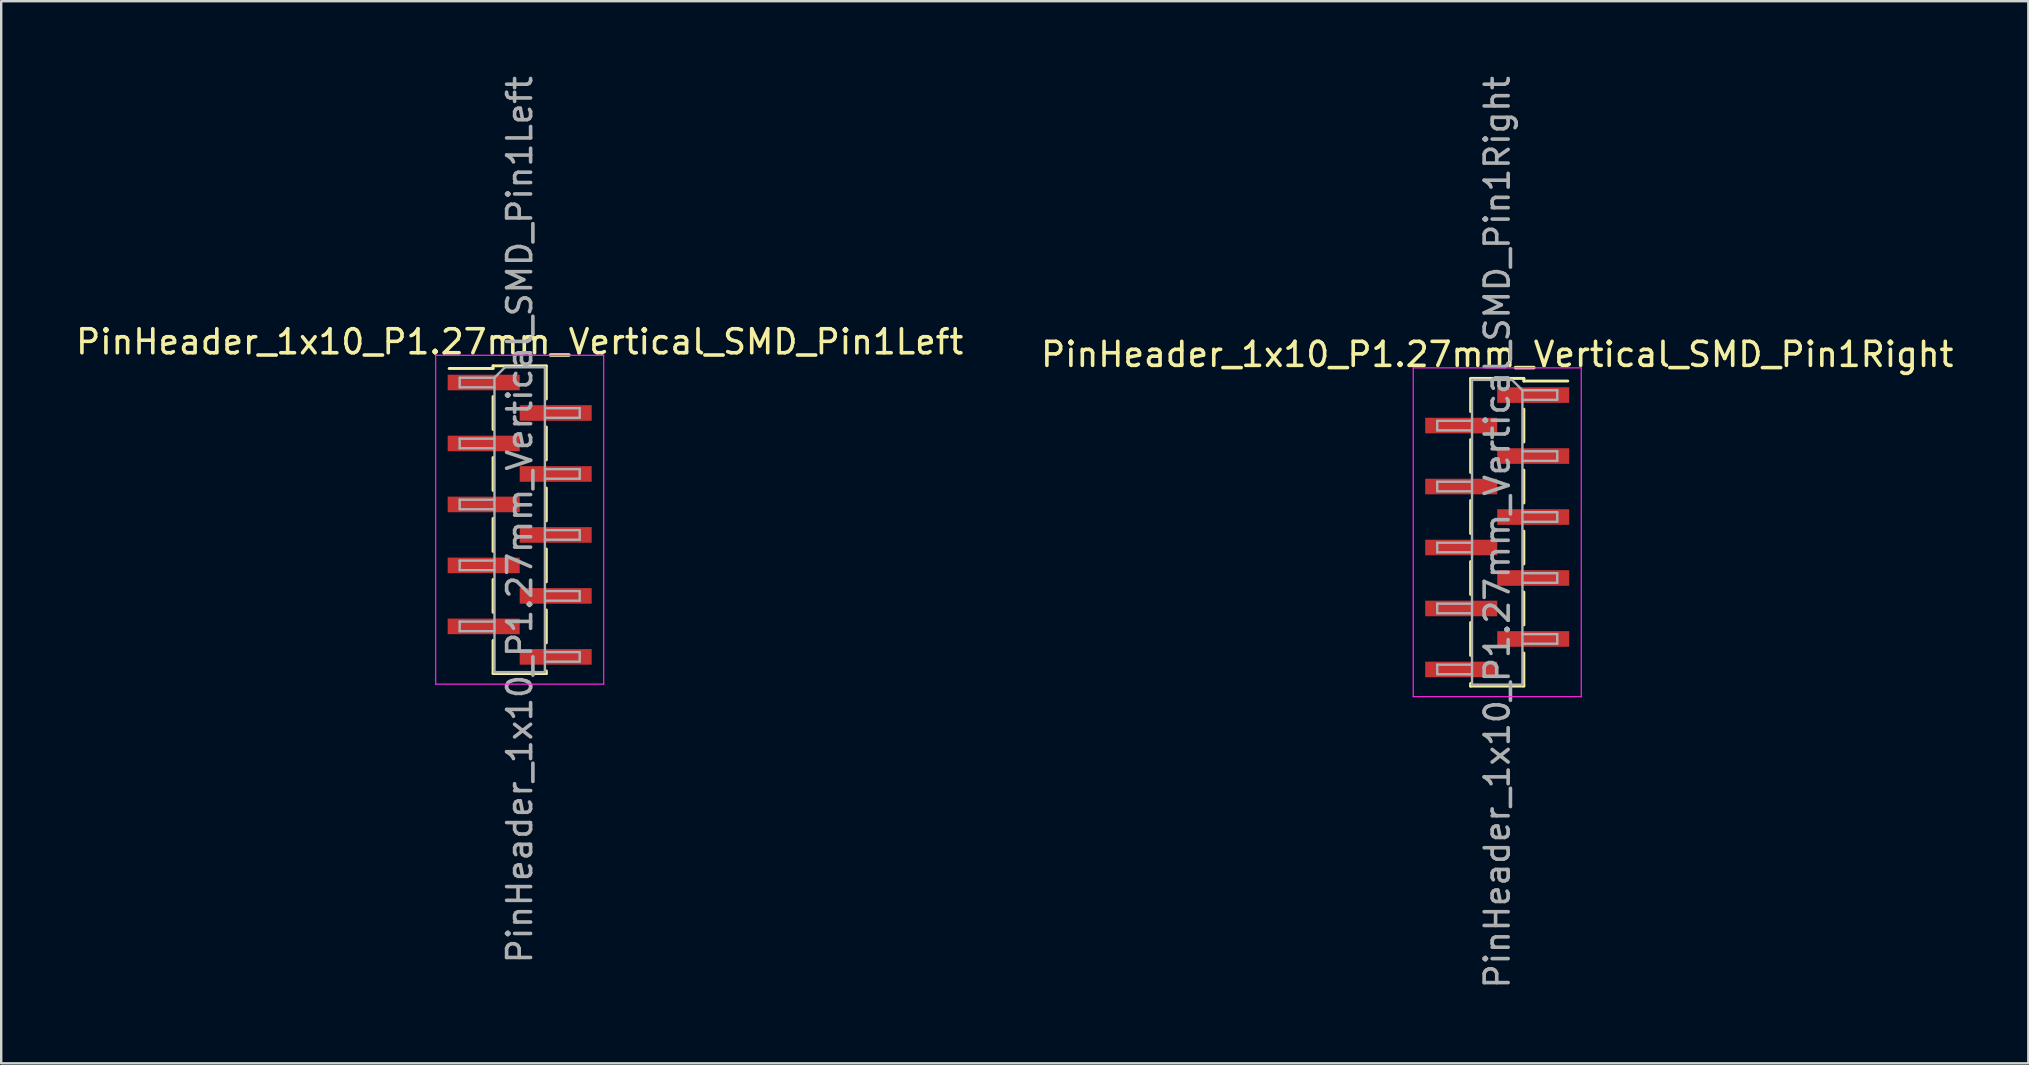
<source format=kicad_pcb>
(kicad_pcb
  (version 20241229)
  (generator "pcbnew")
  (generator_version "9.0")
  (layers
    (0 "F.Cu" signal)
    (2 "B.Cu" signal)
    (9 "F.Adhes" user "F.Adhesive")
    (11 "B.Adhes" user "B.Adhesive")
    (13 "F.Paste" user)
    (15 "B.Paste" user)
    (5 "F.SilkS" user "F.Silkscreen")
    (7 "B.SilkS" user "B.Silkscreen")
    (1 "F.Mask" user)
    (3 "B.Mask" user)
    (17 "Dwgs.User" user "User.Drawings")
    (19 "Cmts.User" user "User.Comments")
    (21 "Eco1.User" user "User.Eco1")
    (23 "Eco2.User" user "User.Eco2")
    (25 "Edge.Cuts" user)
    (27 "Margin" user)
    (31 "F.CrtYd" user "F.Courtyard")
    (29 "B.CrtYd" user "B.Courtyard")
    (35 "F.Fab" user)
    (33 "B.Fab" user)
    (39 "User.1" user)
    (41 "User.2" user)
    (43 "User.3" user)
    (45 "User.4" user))
  (footprint "PinHeader_1x10_P1.27mm_Vertical_SMD_Pin1Left"
    (layer "F.Cu")
    (at 18.601 18.601)
    (property "Reference" "PinHeader_1x10_P1.27mm_Vertical_SMD_Pin1Left" (at 0 -7.41 0) (layer "F.SilkS") (effects (font (size 1 1) (thickness 0.15))))
    (attr smd)
    (fp_line (start -1.11 -6.41) (end -1.11 -6.3) (stroke (width 0.12) (type solid)) (layer "F.SilkS"))
    (fp_line (start -1.11 -6.41) (end 1.11 -6.41) (stroke (width 0.12) (type solid)) (layer "F.SilkS"))
    (fp_line (start -1.11 -6.3) (end -2.94 -6.3) (stroke (width 0.12) (type solid)) (layer "F.SilkS"))
    (fp_line (start -1.11 -5.13) (end -1.11 -3.76) (stroke (width 0.12) (type solid)) (layer "F.SilkS"))
    (fp_line (start -1.11 -2.59) (end -1.11 -1.22) (stroke (width 0.12) (type solid)) (layer "F.SilkS"))
    (fp_line (start -1.11 -0.05) (end -1.11 1.32) (stroke (width 0.12) (type solid)) (layer "F.SilkS"))
    (fp_line (start -1.11 2.49) (end -1.11 3.86) (stroke (width 0.12) (type solid)) (layer "F.SilkS"))
    (fp_line (start -1.11 5.03) (end -1.11 6.4) (stroke (width 0.12) (type solid)) (layer "F.SilkS"))
    (fp_line (start -1.11 6.41) (end 1.11 6.41) (stroke (width 0.12) (type solid)) (layer "F.SilkS"))
    (fp_line (start 1.11 -6.4) (end 1.11 -5.03) (stroke (width 0.12) (type solid)) (layer "F.SilkS"))
    (fp_line (start 1.11 -3.86) (end 1.11 -2.49) (stroke (width 0.12) (type solid)) (layer "F.SilkS"))
    (fp_line (start 1.11 -1.32) (end 1.11 0.05) (stroke (width 0.12) (type solid)) (layer "F.SilkS"))
    (fp_line (start 1.11 1.22) (end 1.11 2.59) (stroke (width 0.12) (type solid)) (layer "F.SilkS"))
    (fp_line (start 1.11 3.76) (end 1.11 5.13) (stroke (width 0.12) (type solid)) (layer "F.SilkS"))
    (fp_line (start 1.11 6.3) (end 1.11 6.41) (stroke (width 0.12) (type solid)) (layer "F.SilkS"))
    (fp_line (start -3.5 -6.85) (end -3.5 6.85) (stroke (width 0.05) (type solid)) (layer "F.CrtYd"))
    (fp_line (start -3.5 6.85) (end 3.5 6.85) (stroke (width 0.05) (type solid)) (layer "F.CrtYd"))
    (fp_line (start 3.5 -6.85) (end -3.5 -6.85) (stroke (width 0.05) (type solid)) (layer "F.CrtYd"))
    (fp_line (start 3.5 6.85) (end 3.5 -6.85) (stroke (width 0.05) (type solid)) (layer "F.CrtYd"))
    (fp_line (start -2.5 -5.915) (end -2.5 -5.515) (stroke (width 0.1) (type solid)) (layer "F.Fab"))
    (fp_line (start -2.5 -5.515) (end -1.05 -5.515) (stroke (width 0.1) (type solid)) (layer "F.Fab"))
    (fp_line (start -2.5 -3.375) (end -2.5 -2.975) (stroke (width 0.1) (type solid)) (layer "F.Fab"))
    (fp_line (start -2.5 -2.975) (end -1.05 -2.975) (stroke (width 0.1) (type solid)) (layer "F.Fab"))
    (fp_line (start -2.5 -0.835) (end -2.5 -0.435) (stroke (width 0.1) (type solid)) (layer "F.Fab"))
    (fp_line (start -2.5 -0.435) (end -1.05 -0.435) (stroke (width 0.1) (type solid)) (layer "F.Fab"))
    (fp_line (start -2.5 1.705) (end -2.5 2.105) (stroke (width 0.1) (type solid)) (layer "F.Fab"))
    (fp_line (start -2.5 2.105) (end -1.05 2.105) (stroke (width 0.1) (type solid)) (layer "F.Fab"))
    (fp_line (start -2.5 4.245) (end -2.5 4.645) (stroke (width 0.1) (type solid)) (layer "F.Fab"))
    (fp_line (start -2.5 4.645) (end -1.05 4.645) (stroke (width 0.1) (type solid)) (layer "F.Fab"))
    (fp_line (start -1.05 -5.915) (end -2.5 -5.915) (stroke (width 0.1) (type solid)) (layer "F.Fab"))
    (fp_line (start -1.05 -5.915) (end -0.615 -6.35) (stroke (width 0.1) (type solid)) (layer "F.Fab"))
    (fp_line (start -1.05 -3.375) (end -2.5 -3.375) (stroke (width 0.1) (type solid)) (layer "F.Fab"))
    (fp_line (start -1.05 -0.835) (end -2.5 -0.835) (stroke (width 0.1) (type solid)) (layer "F.Fab"))
    (fp_line (start -1.05 1.705) (end -2.5 1.705) (stroke (width 0.1) (type solid)) (layer "F.Fab"))
    (fp_line (start -1.05 4.245) (end -2.5 4.245) (stroke (width 0.1) (type solid)) (layer "F.Fab"))
    (fp_line (start -1.05 6.35) (end -1.05 -5.915) (stroke (width 0.1) (type solid)) (layer "F.Fab"))
    (fp_line (start -0.615 -6.35) (end 1.05 -6.35) (stroke (width 0.1) (type solid)) (layer "F.Fab"))
    (fp_line (start 1.05 -6.35) (end 1.05 6.35) (stroke (width 0.1) (type solid)) (layer "F.Fab"))
    (fp_line (start 1.05 -4.645) (end 2.5 -4.645) (stroke (width 0.1) (type solid)) (layer "F.Fab"))
    (fp_line (start 1.05 -2.105) (end 2.5 -2.105) (stroke (width 0.1) (type solid)) (layer "F.Fab"))
    (fp_line (start 1.05 0.435) (end 2.5 0.435) (stroke (width 0.1) (type solid)) (layer "F.Fab"))
    (fp_line (start 1.05 2.975) (end 2.5 2.975) (stroke (width 0.1) (type solid)) (layer "F.Fab"))
    (fp_line (start 1.05 5.515) (end 2.5 5.515) (stroke (width 0.1) (type solid)) (layer "F.Fab"))
    (fp_line (start 1.05 6.35) (end -1.05 6.35) (stroke (width 0.1) (type solid)) (layer "F.Fab"))
    (fp_line (start 2.5 -4.645) (end 2.5 -4.245) (stroke (width 0.1) (type solid)) (layer "F.Fab"))
    (fp_line (start 2.5 -4.245) (end 1.05 -4.245) (stroke (width 0.1) (type solid)) (layer "F.Fab"))
    (fp_line (start 2.5 -2.105) (end 2.5 -1.705) (stroke (width 0.1) (type solid)) (layer "F.Fab"))
    (fp_line (start 2.5 -1.705) (end 1.05 -1.705) (stroke (width 0.1) (type solid)) (layer "F.Fab"))
    (fp_line (start 2.5 0.435) (end 2.5 0.835) (stroke (width 0.1) (type solid)) (layer "F.Fab"))
    (fp_line (start 2.5 0.835) (end 1.05 0.835) (stroke (width 0.1) (type solid)) (layer "F.Fab"))
    (fp_line (start 2.5 2.975) (end 2.5 3.375) (stroke (width 0.1) (type solid)) (layer "F.Fab"))
    (fp_line (start 2.5 3.375) (end 1.05 3.375) (stroke (width 0.1) (type solid)) (layer "F.Fab"))
    (fp_line (start 2.5 5.515) (end 2.5 5.915) (stroke (width 0.1) (type solid)) (layer "F.Fab"))
    (fp_line (start 2.5 5.915) (end 1.05 5.915) (stroke (width 0.1) (type solid)) (layer "F.Fab"))
    (fp_text user "${REFERENCE}" (at 0 0 90) (layer "F.Fab") (effects (font (size 1 1) (thickness 0.15))))
    (pad "1" smd rect (at -1.5 -5.715) (size 3 0.65) (layers "F.Cu" "F.Mask" "F.Paste"))
    (pad "2" smd rect (at 1.5 -4.445) (size 3 0.65) (layers "F.Cu" "F.Mask" "F.Paste"))
    (pad "3" smd rect (at -1.5 -3.175) (size 3 0.65) (layers "F.Cu" "F.Mask" "F.Paste"))
    (pad "4" smd rect (at 1.5 -1.905) (size 3 0.65) (layers "F.Cu" "F.Mask" "F.Paste"))
    (pad "5" smd rect (at -1.5 -0.635) (size 3 0.65) (layers "F.Cu" "F.Mask" "F.Paste"))
    (pad "6" smd rect (at 1.5 0.635) (size 3 0.65) (layers "F.Cu" "F.Mask" "F.Paste"))
    (pad "7" smd rect (at -1.5 1.905) (size 3 0.65) (layers "F.Cu" "F.Mask" "F.Paste"))
    (pad "8" smd rect (at 1.5 3.175) (size 3 0.65) (layers "F.Cu" "F.Mask" "F.Paste"))
    (pad "9" smd rect (at -1.5 4.445) (size 3 0.65) (layers "F.Cu" "F.Mask" "F.Paste"))
    (pad "10" smd rect (at 1.5 5.715) (size 3 0.65) (layers "F.Cu" "F.Mask" "F.Paste")))
  (footprint "PinHeader_1x10_P1.27mm_Vertical_SMD_Pin1Right"
    (layer "F.Cu")
    (at 59.327 19.125)
    (property "Reference" "PinHeader_1x10_P1.27mm_Vertical_SMD_Pin1Right" (at 0 -7.41 0) (layer "F.SilkS") (effects (font (size 1 1) (thickness 0.15))))
    (attr smd)
    (fp_line (start -1.11 -6.41) (end 1.11 -6.41) (stroke (width 0.12) (type solid)) (layer "F.SilkS"))
    (fp_line (start -1.11 -6.4) (end -1.11 -5.03) (stroke (width 0.12) (type solid)) (layer "F.SilkS"))
    (fp_line (start -1.11 -3.86) (end -1.11 -2.49) (stroke (width 0.12) (type solid)) (layer "F.SilkS"))
    (fp_line (start -1.11 -1.32) (end -1.11 0.05) (stroke (width 0.12) (type solid)) (layer "F.SilkS"))
    (fp_line (start -1.11 1.22) (end -1.11 2.59) (stroke (width 0.12) (type solid)) (layer "F.SilkS"))
    (fp_line (start -1.11 3.76) (end -1.11 5.13) (stroke (width 0.12) (type solid)) (layer "F.SilkS"))
    (fp_line (start -1.11 6.3) (end -1.11 6.41) (stroke (width 0.12) (type solid)) (layer "F.SilkS"))
    (fp_line (start -1.11 6.41) (end 1.11 6.41) (stroke (width 0.12) (type solid)) (layer "F.SilkS"))
    (fp_line (start 1.11 -6.41) (end 1.11 -6.3) (stroke (width 0.12) (type solid)) (layer "F.SilkS"))
    (fp_line (start 1.11 -6.3) (end 2.94 -6.3) (stroke (width 0.12) (type solid)) (layer "F.SilkS"))
    (fp_line (start 1.11 -5.13) (end 1.11 -3.76) (stroke (width 0.12) (type solid)) (layer "F.SilkS"))
    (fp_line (start 1.11 -2.59) (end 1.11 -1.22) (stroke (width 0.12) (type solid)) (layer "F.SilkS"))
    (fp_line (start 1.11 -0.05) (end 1.11 1.32) (stroke (width 0.12) (type solid)) (layer "F.SilkS"))
    (fp_line (start 1.11 2.49) (end 1.11 3.86) (stroke (width 0.12) (type solid)) (layer "F.SilkS"))
    (fp_line (start 1.11 5.03) (end 1.11 6.4) (stroke (width 0.12) (type solid)) (layer "F.SilkS"))
    (fp_line (start -3.5 -6.85) (end -3.5 6.85) (stroke (width 0.05) (type solid)) (layer "F.CrtYd"))
    (fp_line (start -3.5 6.85) (end 3.5 6.85) (stroke (width 0.05) (type solid)) (layer "F.CrtYd"))
    (fp_line (start 3.5 -6.85) (end -3.5 -6.85) (stroke (width 0.05) (type solid)) (layer "F.CrtYd"))
    (fp_line (start 3.5 6.85) (end 3.5 -6.85) (stroke (width 0.05) (type solid)) (layer "F.CrtYd"))
    (fp_line (start -2.5 -4.645) (end -2.5 -4.245) (stroke (width 0.1) (type solid)) (layer "F.Fab"))
    (fp_line (start -2.5 -4.245) (end -1.05 -4.245) (stroke (width 0.1) (type solid)) (layer "F.Fab"))
    (fp_line (start -2.5 -2.105) (end -2.5 -1.705) (stroke (width 0.1) (type solid)) (layer "F.Fab"))
    (fp_line (start -2.5 -1.705) (end -1.05 -1.705) (stroke (width 0.1) (type solid)) (layer "F.Fab"))
    (fp_line (start -2.5 0.435) (end -2.5 0.835) (stroke (width 0.1) (type solid)) (layer "F.Fab"))
    (fp_line (start -2.5 0.835) (end -1.05 0.835) (stroke (width 0.1) (type solid)) (layer "F.Fab"))
    (fp_line (start -2.5 2.975) (end -2.5 3.375) (stroke (width 0.1) (type solid)) (layer "F.Fab"))
    (fp_line (start -2.5 3.375) (end -1.05 3.375) (stroke (width 0.1) (type solid)) (layer "F.Fab"))
    (fp_line (start -2.5 5.515) (end -2.5 5.915) (stroke (width 0.1) (type solid)) (layer "F.Fab"))
    (fp_line (start -2.5 5.915) (end -1.05 5.915) (stroke (width 0.1) (type solid)) (layer "F.Fab"))
    (fp_line (start -1.05 -6.35) (end -1.05 6.35) (stroke (width 0.1) (type solid)) (layer "F.Fab"))
    (fp_line (start -1.05 -6.35) (end 0.615 -6.35) (stroke (width 0.1) (type solid)) (layer "F.Fab"))
    (fp_line (start -1.05 -4.645) (end -2.5 -4.645) (stroke (width 0.1) (type solid)) (layer "F.Fab"))
    (fp_line (start -1.05 -2.105) (end -2.5 -2.105) (stroke (width 0.1) (type solid)) (layer "F.Fab"))
    (fp_line (start -1.05 0.435) (end -2.5 0.435) (stroke (width 0.1) (type solid)) (layer "F.Fab"))
    (fp_line (start -1.05 2.975) (end -2.5 2.975) (stroke (width 0.1) (type solid)) (layer "F.Fab"))
    (fp_line (start -1.05 5.515) (end -2.5 5.515) (stroke (width 0.1) (type solid)) (layer "F.Fab"))
    (fp_line (start 1.05 -5.915) (end 0.615 -6.35) (stroke (width 0.1) (type solid)) (layer "F.Fab"))
    (fp_line (start 1.05 -5.915) (end 2.5 -5.915) (stroke (width 0.1) (type solid)) (layer "F.Fab"))
    (fp_line (start 1.05 -3.375) (end 2.5 -3.375) (stroke (width 0.1) (type solid)) (layer "F.Fab"))
    (fp_line (start 1.05 -0.835) (end 2.5 -0.835) (stroke (width 0.1) (type solid)) (layer "F.Fab"))
    (fp_line (start 1.05 1.705) (end 2.5 1.705) (stroke (width 0.1) (type solid)) (layer "F.Fab"))
    (fp_line (start 1.05 4.245) (end 2.5 4.245) (stroke (width 0.1) (type solid)) (layer "F.Fab"))
    (fp_line (start 1.05 6.35) (end -1.05 6.35) (stroke (width 0.1) (type solid)) (layer "F.Fab"))
    (fp_line (start 1.05 6.35) (end 1.05 -5.915) (stroke (width 0.1) (type solid)) (layer "F.Fab"))
    (fp_line (start 2.5 -5.915) (end 2.5 -5.515) (stroke (width 0.1) (type solid)) (layer "F.Fab"))
    (fp_line (start 2.5 -5.515) (end 1.05 -5.515) (stroke (width 0.1) (type solid)) (layer "F.Fab"))
    (fp_line (start 2.5 -3.375) (end 2.5 -2.975) (stroke (width 0.1) (type solid)) (layer "F.Fab"))
    (fp_line (start 2.5 -2.975) (end 1.05 -2.975) (stroke (width 0.1) (type solid)) (layer "F.Fab"))
    (fp_line (start 2.5 -0.835) (end 2.5 -0.435) (stroke (width 0.1) (type solid)) (layer "F.Fab"))
    (fp_line (start 2.5 -0.435) (end 1.05 -0.435) (stroke (width 0.1) (type solid)) (layer "F.Fab"))
    (fp_line (start 2.5 1.705) (end 2.5 2.105) (stroke (width 0.1) (type solid)) (layer "F.Fab"))
    (fp_line (start 2.5 2.105) (end 1.05 2.105) (stroke (width 0.1) (type solid)) (layer "F.Fab"))
    (fp_line (start 2.5 4.245) (end 2.5 4.645) (stroke (width 0.1) (type solid)) (layer "F.Fab"))
    (fp_line (start 2.5 4.645) (end 1.05 4.645) (stroke (width 0.1) (type solid)) (layer "F.Fab"))
    (fp_text user "${REFERENCE}" (at 0 0 90) (layer "F.Fab") (effects (font (size 1 1) (thickness 0.15))))
    (pad "1" smd rect (at 1.5 -5.715) (size 3 0.65) (layers "F.Cu" "F.Mask" "F.Paste"))
    (pad "2" smd rect (at -1.5 -4.445) (size 3 0.65) (layers "F.Cu" "F.Mask" "F.Paste"))
    (pad "3" smd rect (at 1.5 -3.175) (size 3 0.65) (layers "F.Cu" "F.Mask" "F.Paste"))
    (pad "4" smd rect (at -1.5 -1.905) (size 3 0.65) (layers "F.Cu" "F.Mask" "F.Paste"))
    (pad "5" smd rect (at 1.5 -0.635) (size 3 0.65) (layers "F.Cu" "F.Mask" "F.Paste"))
    (pad "6" smd rect (at -1.5 0.635) (size 3 0.65) (layers "F.Cu" "F.Mask" "F.Paste"))
    (pad "7" smd rect (at 1.5 1.905) (size 3 0.65) (layers "F.Cu" "F.Mask" "F.Paste"))
    (pad "8" smd rect (at -1.5 3.175) (size 3 0.65) (layers "F.Cu" "F.Mask" "F.Paste"))
    (pad "9" smd rect (at 1.5 4.445) (size 3 0.65) (layers "F.Cu" "F.Mask" "F.Paste"))
    (pad "10" smd rect (at -1.5 5.715) (size 3 0.65) (layers "F.Cu" "F.Mask" "F.Paste")))
  (gr_rect
    (start -3 -3)
    (end 81.452 41.25)
    (stroke (width 0.1) (type default))
    (fill no)
    (layer "Edge.Cuts")))
</source>
